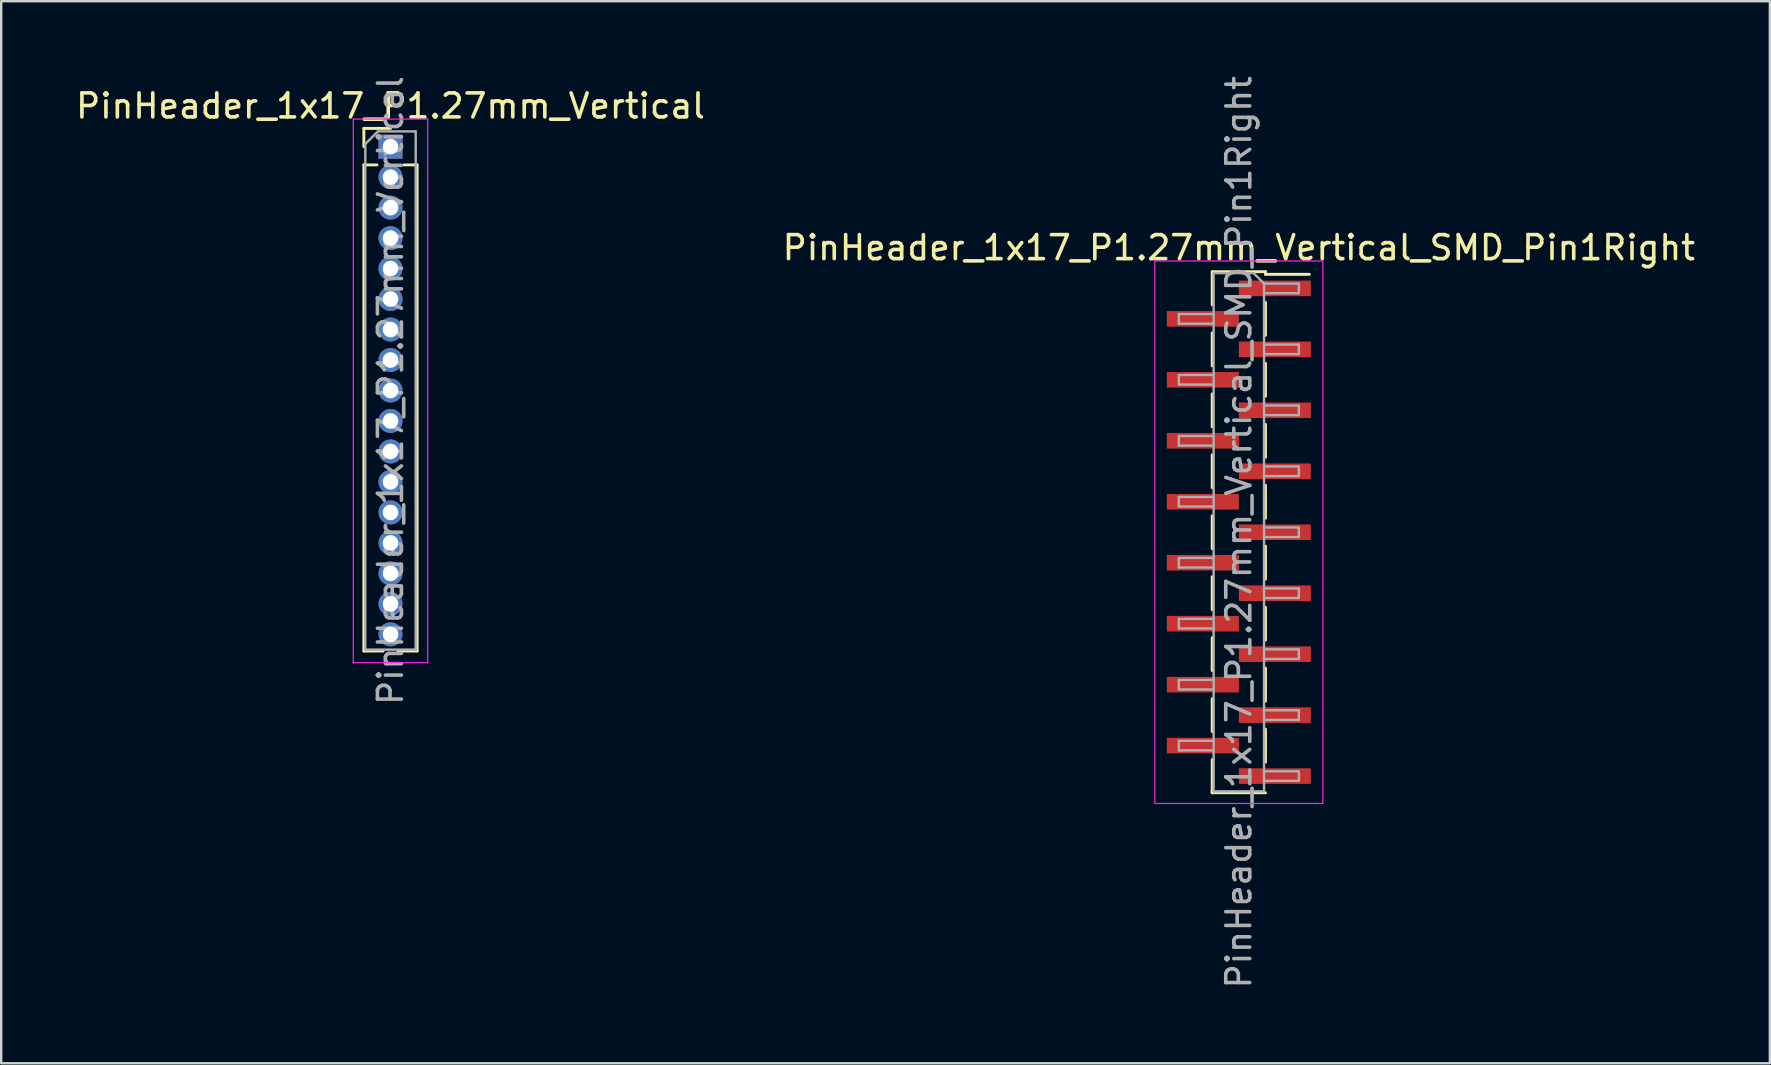
<source format=kicad_pcb>
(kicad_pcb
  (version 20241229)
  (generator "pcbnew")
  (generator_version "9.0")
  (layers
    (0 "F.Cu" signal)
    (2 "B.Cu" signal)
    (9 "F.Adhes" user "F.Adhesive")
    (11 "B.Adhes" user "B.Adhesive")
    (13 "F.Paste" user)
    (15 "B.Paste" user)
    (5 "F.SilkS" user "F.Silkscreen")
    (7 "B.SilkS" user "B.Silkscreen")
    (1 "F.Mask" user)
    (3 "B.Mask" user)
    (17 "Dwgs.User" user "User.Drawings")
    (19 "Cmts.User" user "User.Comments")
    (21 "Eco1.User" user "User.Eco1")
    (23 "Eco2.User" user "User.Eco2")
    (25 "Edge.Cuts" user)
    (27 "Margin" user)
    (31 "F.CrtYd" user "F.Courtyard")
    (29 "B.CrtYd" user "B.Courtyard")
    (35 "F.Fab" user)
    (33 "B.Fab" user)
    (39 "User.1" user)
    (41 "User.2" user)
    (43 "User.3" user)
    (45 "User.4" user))
  (footprint "PinHeader_1x17_P1.27mm_Vertical_SMD_Pin1Right"
    (layer "F.Cu")
    (at 48.565 19.125)
    (property "Reference" "PinHeader_1x17_P1.27mm_Vertical_SMD_Pin1Right" (at 0 -11.855 0) (layer "F.SilkS") (effects (font (size 1 1) (thickness 0.15))))
    (attr smd)
    (fp_line (start -1.11 -10.855) (end 1.11 -10.855) (stroke (width 0.12) (type solid)) (layer "F.SilkS"))
    (fp_line (start -1.11 -10.845) (end -1.11 -9.475) (stroke (width 0.12) (type solid)) (layer "F.SilkS"))
    (fp_line (start -1.11 -8.305) (end -1.11 -6.935) (stroke (width 0.12) (type solid)) (layer "F.SilkS"))
    (fp_line (start -1.11 -5.765) (end -1.11 -4.395) (stroke (width 0.12) (type solid)) (layer "F.SilkS"))
    (fp_line (start -1.11 -3.225) (end -1.11 -1.855) (stroke (width 0.12) (type solid)) (layer "F.SilkS"))
    (fp_line (start -1.11 -0.685) (end -1.11 0.685) (stroke (width 0.12) (type solid)) (layer "F.SilkS"))
    (fp_line (start -1.11 1.855) (end -1.11 3.225) (stroke (width 0.12) (type solid)) (layer "F.SilkS"))
    (fp_line (start -1.11 4.395) (end -1.11 5.765) (stroke (width 0.12) (type solid)) (layer "F.SilkS"))
    (fp_line (start -1.11 6.935) (end -1.11 8.305) (stroke (width 0.12) (type solid)) (layer "F.SilkS"))
    (fp_line (start -1.11 9.475) (end -1.11 10.845) (stroke (width 0.12) (type solid)) (layer "F.SilkS"))
    (fp_line (start -1.11 10.745) (end -1.11 10.855) (stroke (width 0.12) (type solid)) (layer "F.SilkS"))
    (fp_line (start -1.11 10.855) (end 1.11 10.855) (stroke (width 0.12) (type solid)) (layer "F.SilkS"))
    (fp_line (start 1.11 -10.855) (end 1.11 -10.745) (stroke (width 0.12) (type solid)) (layer "F.SilkS"))
    (fp_line (start 1.11 -10.745) (end 2.94 -10.745) (stroke (width 0.12) (type solid)) (layer "F.SilkS"))
    (fp_line (start 1.11 -9.575) (end 1.11 -8.205) (stroke (width 0.12) (type solid)) (layer "F.SilkS"))
    (fp_line (start 1.11 -7.035) (end 1.11 -5.665) (stroke (width 0.12) (type solid)) (layer "F.SilkS"))
    (fp_line (start 1.11 -4.495) (end 1.11 -3.125) (stroke (width 0.12) (type solid)) (layer "F.SilkS"))
    (fp_line (start 1.11 -1.955) (end 1.11 -0.585) (stroke (width 0.12) (type solid)) (layer "F.SilkS"))
    (fp_line (start 1.11 0.585) (end 1.11 1.955) (stroke (width 0.12) (type solid)) (layer "F.SilkS"))
    (fp_line (start 1.11 3.125) (end 1.11 4.495) (stroke (width 0.12) (type solid)) (layer "F.SilkS"))
    (fp_line (start 1.11 5.665) (end 1.11 7.035) (stroke (width 0.12) (type solid)) (layer "F.SilkS"))
    (fp_line (start 1.11 8.205) (end 1.11 9.575) (stroke (width 0.12) (type solid)) (layer "F.SilkS"))
    (fp_line (start -3.5 -11.3) (end -3.5 11.3) (stroke (width 0.05) (type solid)) (layer "F.CrtYd"))
    (fp_line (start -3.5 11.3) (end 3.5 11.3) (stroke (width 0.05) (type solid)) (layer "F.CrtYd"))
    (fp_line (start 3.5 -11.3) (end -3.5 -11.3) (stroke (width 0.05) (type solid)) (layer "F.CrtYd"))
    (fp_line (start 3.5 11.3) (end 3.5 -11.3) (stroke (width 0.05) (type solid)) (layer "F.CrtYd"))
    (fp_line (start -2.5 -9.09) (end -2.5 -8.69) (stroke (width 0.1) (type solid)) (layer "F.Fab"))
    (fp_line (start -2.5 -8.69) (end -1.05 -8.69) (stroke (width 0.1) (type solid)) (layer "F.Fab"))
    (fp_line (start -2.5 -6.55) (end -2.5 -6.15) (stroke (width 0.1) (type solid)) (layer "F.Fab"))
    (fp_line (start -2.5 -6.15) (end -1.05 -6.15) (stroke (width 0.1) (type solid)) (layer "F.Fab"))
    (fp_line (start -2.5 -4.01) (end -2.5 -3.61) (stroke (width 0.1) (type solid)) (layer "F.Fab"))
    (fp_line (start -2.5 -3.61) (end -1.05 -3.61) (stroke (width 0.1) (type solid)) (layer "F.Fab"))
    (fp_line (start -2.5 -1.47) (end -2.5 -1.07) (stroke (width 0.1) (type solid)) (layer "F.Fab"))
    (fp_line (start -2.5 -1.07) (end -1.05 -1.07) (stroke (width 0.1) (type solid)) (layer "F.Fab"))
    (fp_line (start -2.5 1.07) (end -2.5 1.47) (stroke (width 0.1) (type solid)) (layer "F.Fab"))
    (fp_line (start -2.5 1.47) (end -1.05 1.47) (stroke (width 0.1) (type solid)) (layer "F.Fab"))
    (fp_line (start -2.5 3.61) (end -2.5 4.01) (stroke (width 0.1) (type solid)) (layer "F.Fab"))
    (fp_line (start -2.5 4.01) (end -1.05 4.01) (stroke (width 0.1) (type solid)) (layer "F.Fab"))
    (fp_line (start -2.5 6.15) (end -2.5 6.55) (stroke (width 0.1) (type solid)) (layer "F.Fab"))
    (fp_line (start -2.5 6.55) (end -1.05 6.55) (stroke (width 0.1) (type solid)) (layer "F.Fab"))
    (fp_line (start -2.5 8.69) (end -2.5 9.09) (stroke (width 0.1) (type solid)) (layer "F.Fab"))
    (fp_line (start -2.5 9.09) (end -1.05 9.09) (stroke (width 0.1) (type solid)) (layer "F.Fab"))
    (fp_line (start -1.05 -10.795) (end -1.05 10.795) (stroke (width 0.1) (type solid)) (layer "F.Fab"))
    (fp_line (start -1.05 -10.795) (end 0.615 -10.795) (stroke (width 0.1) (type solid)) (layer "F.Fab"))
    (fp_line (start -1.05 -9.09) (end -2.5 -9.09) (stroke (width 0.1) (type solid)) (layer "F.Fab"))
    (fp_line (start -1.05 -6.55) (end -2.5 -6.55) (stroke (width 0.1) (type solid)) (layer "F.Fab"))
    (fp_line (start -1.05 -4.01) (end -2.5 -4.01) (stroke (width 0.1) (type solid)) (layer "F.Fab"))
    (fp_line (start -1.05 -1.47) (end -2.5 -1.47) (stroke (width 0.1) (type solid)) (layer "F.Fab"))
    (fp_line (start -1.05 1.07) (end -2.5 1.07) (stroke (width 0.1) (type solid)) (layer "F.Fab"))
    (fp_line (start -1.05 3.61) (end -2.5 3.61) (stroke (width 0.1) (type solid)) (layer "F.Fab"))
    (fp_line (start -1.05 6.15) (end -2.5 6.15) (stroke (width 0.1) (type solid)) (layer "F.Fab"))
    (fp_line (start -1.05 8.69) (end -2.5 8.69) (stroke (width 0.1) (type solid)) (layer "F.Fab"))
    (fp_line (start 1.05 -10.36) (end 0.615 -10.795) (stroke (width 0.1) (type solid)) (layer "F.Fab"))
    (fp_line (start 1.05 -10.36) (end 2.5 -10.36) (stroke (width 0.1) (type solid)) (layer "F.Fab"))
    (fp_line (start 1.05 -7.82) (end 2.5 -7.82) (stroke (width 0.1) (type solid)) (layer "F.Fab"))
    (fp_line (start 1.05 -5.28) (end 2.5 -5.28) (stroke (width 0.1) (type solid)) (layer "F.Fab"))
    (fp_line (start 1.05 -2.74) (end 2.5 -2.74) (stroke (width 0.1) (type solid)) (layer "F.Fab"))
    (fp_line (start 1.05 -0.2) (end 2.5 -0.2) (stroke (width 0.1) (type solid)) (layer "F.Fab"))
    (fp_line (start 1.05 2.34) (end 2.5 2.34) (stroke (width 0.1) (type solid)) (layer "F.Fab"))
    (fp_line (start 1.05 4.88) (end 2.5 4.88) (stroke (width 0.1) (type solid)) (layer "F.Fab"))
    (fp_line (start 1.05 7.42) (end 2.5 7.42) (stroke (width 0.1) (type solid)) (layer "F.Fab"))
    (fp_line (start 1.05 9.96) (end 2.5 9.96) (stroke (width 0.1) (type solid)) (layer "F.Fab"))
    (fp_line (start 1.05 10.795) (end -1.05 10.795) (stroke (width 0.1) (type solid)) (layer "F.Fab"))
    (fp_line (start 1.05 10.795) (end 1.05 -10.36) (stroke (width 0.1) (type solid)) (layer "F.Fab"))
    (fp_line (start 2.5 -10.36) (end 2.5 -9.96) (stroke (width 0.1) (type solid)) (layer "F.Fab"))
    (fp_line (start 2.5 -9.96) (end 1.05 -9.96) (stroke (width 0.1) (type solid)) (layer "F.Fab"))
    (fp_line (start 2.5 -7.82) (end 2.5 -7.42) (stroke (width 0.1) (type solid)) (layer "F.Fab"))
    (fp_line (start 2.5 -7.42) (end 1.05 -7.42) (stroke (width 0.1) (type solid)) (layer "F.Fab"))
    (fp_line (start 2.5 -5.28) (end 2.5 -4.88) (stroke (width 0.1) (type solid)) (layer "F.Fab"))
    (fp_line (start 2.5 -4.88) (end 1.05 -4.88) (stroke (width 0.1) (type solid)) (layer "F.Fab"))
    (fp_line (start 2.5 -2.74) (end 2.5 -2.34) (stroke (width 0.1) (type solid)) (layer "F.Fab"))
    (fp_line (start 2.5 -2.34) (end 1.05 -2.34) (stroke (width 0.1) (type solid)) (layer "F.Fab"))
    (fp_line (start 2.5 -0.2) (end 2.5 0.2) (stroke (width 0.1) (type solid)) (layer "F.Fab"))
    (fp_line (start 2.5 0.2) (end 1.05 0.2) (stroke (width 0.1) (type solid)) (layer "F.Fab"))
    (fp_line (start 2.5 2.34) (end 2.5 2.74) (stroke (width 0.1) (type solid)) (layer "F.Fab"))
    (fp_line (start 2.5 2.74) (end 1.05 2.74) (stroke (width 0.1) (type solid)) (layer "F.Fab"))
    (fp_line (start 2.5 4.88) (end 2.5 5.28) (stroke (width 0.1) (type solid)) (layer "F.Fab"))
    (fp_line (start 2.5 5.28) (end 1.05 5.28) (stroke (width 0.1) (type solid)) (layer "F.Fab"))
    (fp_line (start 2.5 7.42) (end 2.5 7.82) (stroke (width 0.1) (type solid)) (layer "F.Fab"))
    (fp_line (start 2.5 7.82) (end 1.05 7.82) (stroke (width 0.1) (type solid)) (layer "F.Fab"))
    (fp_line (start 2.5 9.96) (end 2.5 10.36) (stroke (width 0.1) (type solid)) (layer "F.Fab"))
    (fp_line (start 2.5 10.36) (end 1.05 10.36) (stroke (width 0.1) (type solid)) (layer "F.Fab"))
    (fp_text user "${REFERENCE}" (at 0 0 90) (layer "F.Fab") (effects (font (size 1 1) (thickness 0.15))))
    (pad "1" smd rect (at 1.5 -10.16) (size 3 0.65) (layers "F.Cu" "F.Mask" "F.Paste"))
    (pad "2" smd rect (at -1.5 -8.89) (size 3 0.65) (layers "F.Cu" "F.Mask" "F.Paste"))
    (pad "3" smd rect (at 1.5 -7.62) (size 3 0.65) (layers "F.Cu" "F.Mask" "F.Paste"))
    (pad "4" smd rect (at -1.5 -6.35) (size 3 0.65) (layers "F.Cu" "F.Mask" "F.Paste"))
    (pad "5" smd rect (at 1.5 -5.08) (size 3 0.65) (layers "F.Cu" "F.Mask" "F.Paste"))
    (pad "6" smd rect (at -1.5 -3.81) (size 3 0.65) (layers "F.Cu" "F.Mask" "F.Paste"))
    (pad "7" smd rect (at 1.5 -2.54) (size 3 0.65) (layers "F.Cu" "F.Mask" "F.Paste"))
    (pad "8" smd rect (at -1.5 -1.27) (size 3 0.65) (layers "F.Cu" "F.Mask" "F.Paste"))
    (pad "9" smd rect (at 1.5 0) (size 3 0.65) (layers "F.Cu" "F.Mask" "F.Paste"))
    (pad "10" smd rect (at -1.5 1.27) (size 3 0.65) (layers "F.Cu" "F.Mask" "F.Paste"))
    (pad "11" smd rect (at 1.5 2.54) (size 3 0.65) (layers "F.Cu" "F.Mask" "F.Paste"))
    (pad "12" smd rect (at -1.5 3.81) (size 3 0.65) (layers "F.Cu" "F.Mask" "F.Paste"))
    (pad "13" smd rect (at 1.5 5.08) (size 3 0.65) (layers "F.Cu" "F.Mask" "F.Paste"))
    (pad "14" smd rect (at -1.5 6.35) (size 3 0.65) (layers "F.Cu" "F.Mask" "F.Paste"))
    (pad "15" smd rect (at 1.5 7.62) (size 3 0.65) (layers "F.Cu" "F.Mask" "F.Paste"))
    (pad "16" smd rect (at -1.5 8.89) (size 3 0.65) (layers "F.Cu" "F.Mask" "F.Paste"))
    (pad "17" smd rect (at 1.5 10.16) (size 3 0.65) (layers "F.Cu" "F.Mask" "F.Paste")))
  (footprint "PinHeader_1x17_P1.27mm_Vertical"
    (layer "F.Cu")
    (at 13.22 3.06)
    (property "Reference" "PinHeader_1x17_P1.27mm_Vertical" (at 0 -1.695 0) (layer "F.SilkS") (effects (font (size 1 1) (thickness 0.15))))
    (attr through_hole)
    (fp_line (start -1.11 -0.76) (end 0 -0.76) (stroke (width 0.12) (type solid)) (layer "F.SilkS"))
    (fp_line (start -1.11 0) (end -1.11 -0.76) (stroke (width 0.12) (type solid)) (layer "F.SilkS"))
    (fp_line (start -1.11 0.76) (end -1.11 21.015) (stroke (width 0.12) (type solid)) (layer "F.SilkS"))
    (fp_line (start -1.11 0.76) (end -0.563 0.76) (stroke (width 0.12) (type solid)) (layer "F.SilkS"))
    (fp_line (start -1.11 21.015) (end -0.308 21.015) (stroke (width 0.12) (type solid)) (layer "F.SilkS"))
    (fp_line (start 0.308 21.015) (end 1.11 21.015) (stroke (width 0.12) (type solid)) (layer "F.SilkS"))
    (fp_line (start 0.563 0.76) (end 1.11 0.76) (stroke (width 0.12) (type solid)) (layer "F.SilkS"))
    (fp_line (start 1.11 0.76) (end 1.11 21.015) (stroke (width 0.12) (type solid)) (layer "F.SilkS"))
    (fp_line (start -1.55 -1.15) (end -1.55 21.5) (stroke (width 0.05) (type solid)) (layer "F.CrtYd"))
    (fp_line (start -1.55 21.5) (end 1.55 21.5) (stroke (width 0.05) (type solid)) (layer "F.CrtYd"))
    (fp_line (start 1.55 -1.15) (end -1.55 -1.15) (stroke (width 0.05) (type solid)) (layer "F.CrtYd"))
    (fp_line (start 1.55 21.5) (end 1.55 -1.15) (stroke (width 0.05) (type solid)) (layer "F.CrtYd"))
    (fp_line (start -1.05 -0.11) (end -0.525 -0.635) (stroke (width 0.1) (type solid)) (layer "F.Fab"))
    (fp_line (start -1.05 20.955) (end -1.05 -0.11) (stroke (width 0.1) (type solid)) (layer "F.Fab"))
    (fp_line (start -0.525 -0.635) (end 1.05 -0.635) (stroke (width 0.1) (type solid)) (layer "F.Fab"))
    (fp_line (start 1.05 -0.635) (end 1.05 20.955) (stroke (width 0.1) (type solid)) (layer "F.Fab"))
    (fp_line (start 1.05 20.955) (end -1.05 20.955) (stroke (width 0.1) (type solid)) (layer "F.Fab"))
    (fp_text user "${REFERENCE}" (at 0 10.16 90) (layer "F.Fab") (effects (font (size 1 1) (thickness 0.15))))
    (pad "1" thru_hole rect (at 0 0) (size 1 1) (drill 0.65) (layers "*.Cu" "*.Mask"))
    (pad "2" thru_hole oval (at 0 1.27) (size 1 1) (drill 0.65) (layers "*.Cu" "*.Mask"))
    (pad "3" thru_hole oval (at 0 2.54) (size 1 1) (drill 0.65) (layers "*.Cu" "*.Mask"))
    (pad "4" thru_hole oval (at 0 3.81) (size 1 1) (drill 0.65) (layers "*.Cu" "*.Mask"))
    (pad "5" thru_hole oval (at 0 5.08) (size 1 1) (drill 0.65) (layers "*.Cu" "*.Mask"))
    (pad "6" thru_hole oval (at 0 6.35) (size 1 1) (drill 0.65) (layers "*.Cu" "*.Mask"))
    (pad "7" thru_hole oval (at 0 7.62) (size 1 1) (drill 0.65) (layers "*.Cu" "*.Mask"))
    (pad "8" thru_hole oval (at 0 8.89) (size 1 1) (drill 0.65) (layers "*.Cu" "*.Mask"))
    (pad "9" thru_hole oval (at 0 10.16) (size 1 1) (drill 0.65) (layers "*.Cu" "*.Mask"))
    (pad "10" thru_hole oval (at 0 11.43) (size 1 1) (drill 0.65) (layers "*.Cu" "*.Mask"))
    (pad "11" thru_hole oval (at 0 12.7) (size 1 1) (drill 0.65) (layers "*.Cu" "*.Mask"))
    (pad "12" thru_hole oval (at 0 13.97) (size 1 1) (drill 0.65) (layers "*.Cu" "*.Mask"))
    (pad "13" thru_hole oval (at 0 15.24) (size 1 1) (drill 0.65) (layers "*.Cu" "*.Mask"))
    (pad "14" thru_hole oval (at 0 16.51) (size 1 1) (drill 0.65) (layers "*.Cu" "*.Mask"))
    (pad "15" thru_hole oval (at 0 17.78) (size 1 1) (drill 0.65) (layers "*.Cu" "*.Mask"))
    (pad "16" thru_hole oval (at 0 19.05) (size 1 1) (drill 0.65) (layers "*.Cu" "*.Mask"))
    (pad "17" thru_hole oval (at 0 20.32) (size 1 1) (drill 0.65) (layers "*.Cu" "*.Mask")))
  (gr_rect
    (start -3 -3)
    (end 70.69 41.25)
    (stroke (width 0.1) (type default))
    (fill no)
    (layer "Edge.Cuts")))
</source>
